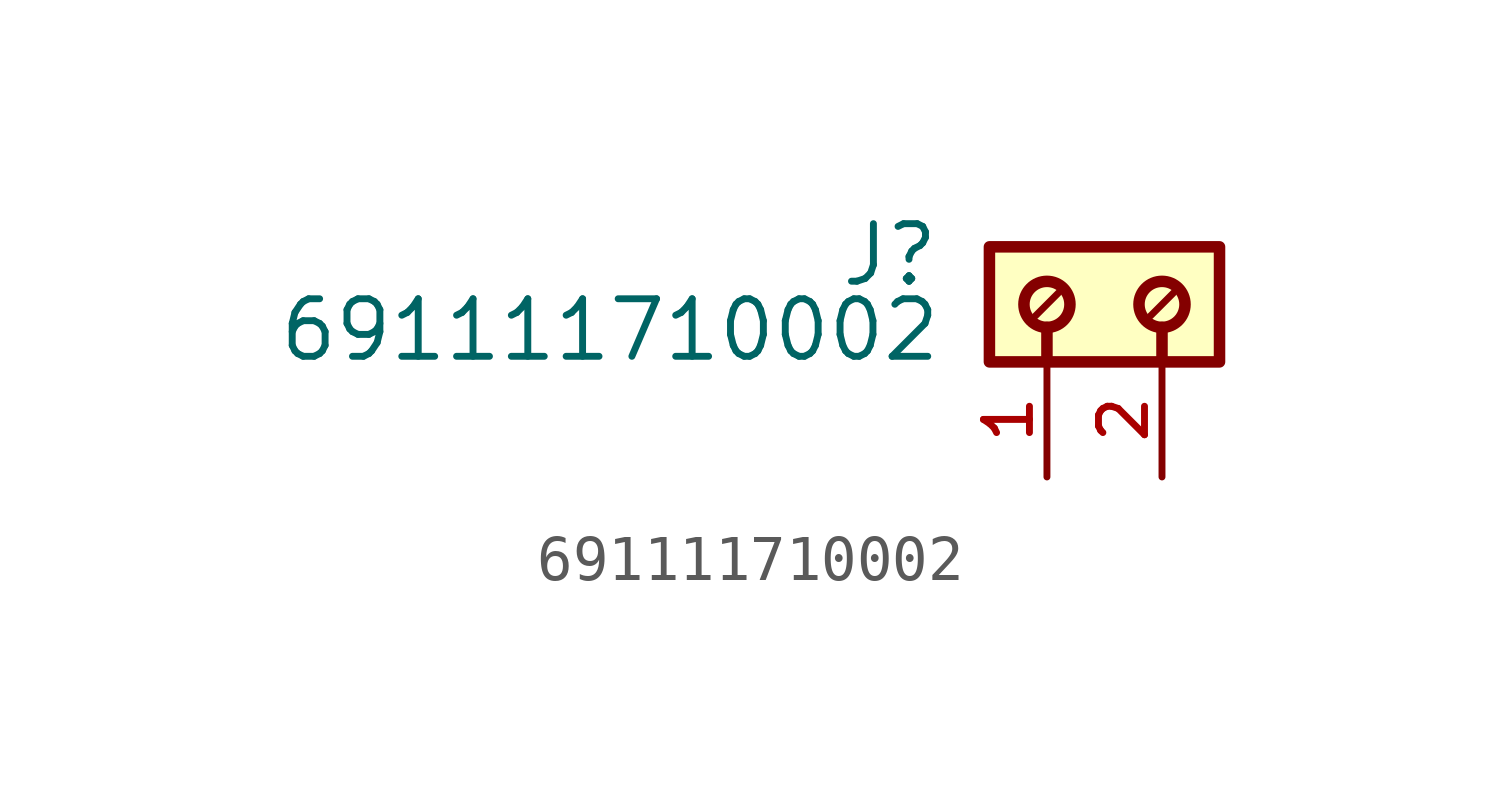
<source format=kicad_sym>
(kicad_symbol_lib
  (version 20211014)
  (generator kicad_symbol_editor)
  (symbol "691111710002"
    (pin_names
      (offset 1.016))
    (property "Reference" "J"
      (at -4.88 -0.922 0)
      (effects (font (size 1.27 1.27)) (justify bottom right)))
    (property "Value" "691111710002"
      (at -4.83 -2.58 0)
      (effects (font (size 1.27 1.27)) (justify bottom right)))
    (symbol "691111710002_0_0"
      (polyline (pts (xy -2.54 -1.778) (xy -2.54 -2.54)) (stroke (width 0.254)))
      (polyline (pts (xy 0.0 -1.778) (xy 0.0 -2.54)) (stroke (width 0.254)))
      (polyline (pts (xy -2.286 -1.016) (xy -2.794 -1.524)) (stroke (width 0.152)))
      (polyline (pts (xy 0.254 -1.016) (xy -0.254 -1.524)) (stroke (width 0.152)))
      (circle (center -2.54 -1.27) (radius 0.508) (stroke (width 0.254)) (fill (type none)))
      (circle (center 0.0 -1.27) (radius 0.508) (stroke (width 0.254)) (fill (type none)))
      (rectangle (start -3.81 -2.54) (end 1.27 -2.22044604925e-16) (stroke (width 0.254)) (fill (type background)))
      (pin passive line (at -2.54 -5.08 90.0) (length 2.54) (name "~" (effects (font (size 1.016 1.016)))) (number "1" (effects (font (size 1.016 1.016)))))
      (pin passive line (at 0.0 -5.08 90.0) (length 2.54) (name "~" (effects (font (size 1.016 1.016)))) (number "2" (effects (font (size 1.016 1.016))))))))
</source>
